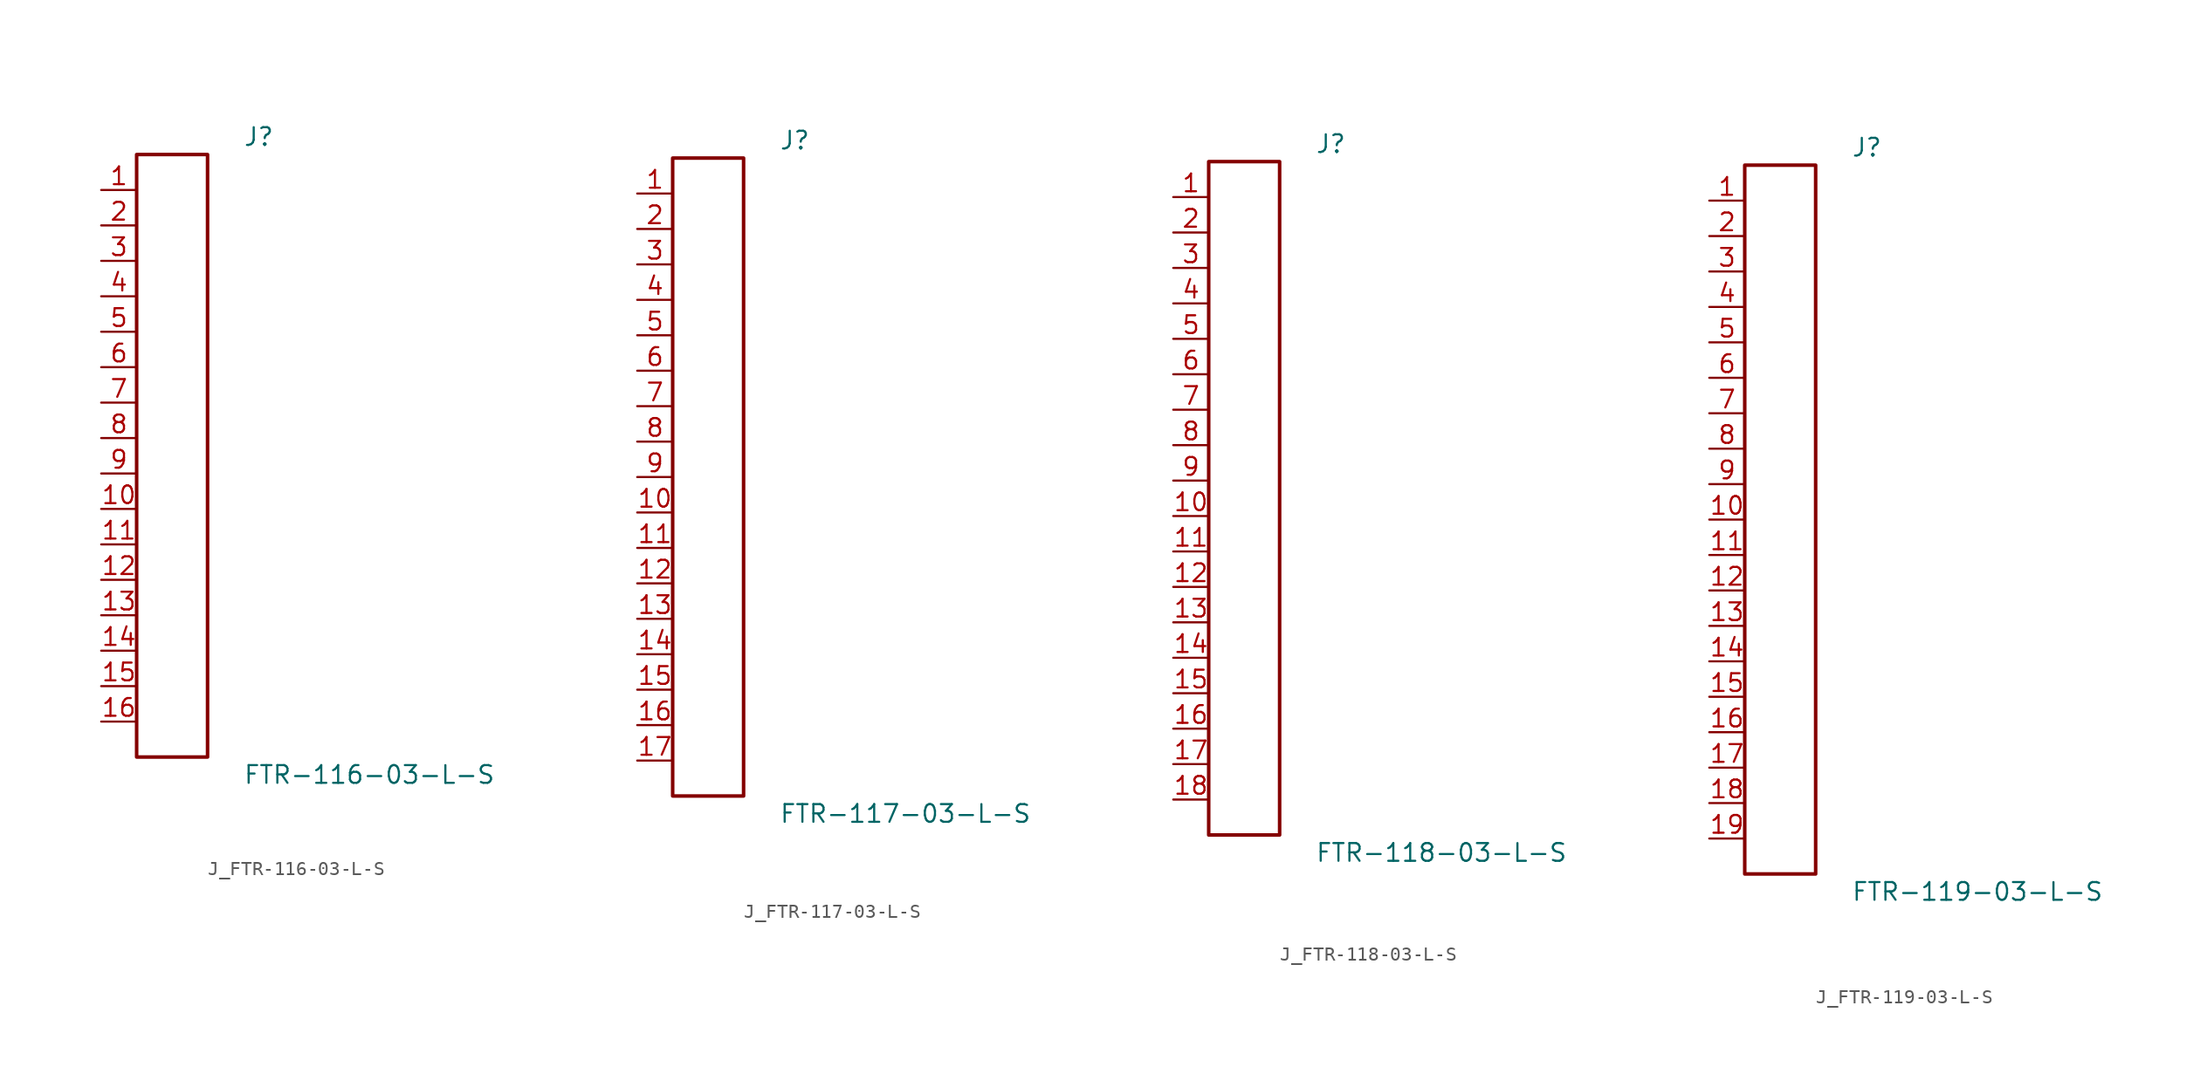
<source format=kicad_sym>
(kicad_symbol_lib
  (version 20231120)
  (generator kicad_symbol_editor)
  (generator_version 8.0)
  (symbol "J_FTR-116-03-L-S"
    (pin_names
      (offset 0.254))
    (property "Reference" "J"
      (at 5.08 22.86 0)
      (effects (font (size 1.27 1.27)) (justify left)))
    (property "Value" "FTR-116-03-L-S"
      (at 5.08 -22.86 0)
      (effects (font (size 1.27 1.27)) (justify left)))
    (symbol "J_FTR-116-03-L-S_0_0"
      (pin unspecified line (at -5.08 19.05 0) (length 2.54) (name "" (effects (font (size 1.27 1.27)))) (number "1" (effects (font (size 1.27 1.27)))))
      (pin unspecified line (at -5.08 16.51 0) (length 2.54) (name "" (effects (font (size 1.27 1.27)))) (number "2" (effects (font (size 1.27 1.27)))))
      (pin unspecified line (at -5.08 13.97 0) (length 2.54) (name "" (effects (font (size 1.27 1.27)))) (number "3" (effects (font (size 1.27 1.27)))))
      (pin unspecified line (at -5.08 11.43 0) (length 2.54) (name "" (effects (font (size 1.27 1.27)))) (number "4" (effects (font (size 1.27 1.27)))))
      (pin unspecified line (at -5.08 8.89 0) (length 2.54) (name "" (effects (font (size 1.27 1.27)))) (number "5" (effects (font (size 1.27 1.27)))))
      (pin unspecified line (at -5.08 6.35 0) (length 2.54) (name "" (effects (font (size 1.27 1.27)))) (number "6" (effects (font (size 1.27 1.27)))))
      (pin unspecified line (at -5.08 3.81 0) (length 2.54) (name "" (effects (font (size 1.27 1.27)))) (number "7" (effects (font (size 1.27 1.27)))))
      (pin unspecified line (at -5.08 1.27 0) (length 2.54) (name "" (effects (font (size 1.27 1.27)))) (number "8" (effects (font (size 1.27 1.27)))))
      (pin unspecified line (at -5.08 -1.27 0) (length 2.54) (name "" (effects (font (size 1.27 1.27)))) (number "9" (effects (font (size 1.27 1.27)))))
      (pin unspecified line (at -5.08 -3.81 0) (length 2.54) (name "" (effects (font (size 1.27 1.27)))) (number "10" (effects (font (size 1.27 1.27)))))
      (pin unspecified line (at -5.08 -6.35 0) (length 2.54) (name "" (effects (font (size 1.27 1.27)))) (number "11" (effects (font (size 1.27 1.27)))))
      (pin unspecified line (at -5.08 -8.89 0) (length 2.54) (name "" (effects (font (size 1.27 1.27)))) (number "12" (effects (font (size 1.27 1.27)))))
      (pin unspecified line (at -5.08 -11.43 0) (length 2.54) (name "" (effects (font (size 1.27 1.27)))) (number "13" (effects (font (size 1.27 1.27)))))
      (pin unspecified line (at -5.08 -13.97 0) (length 2.54) (name "" (effects (font (size 1.27 1.27)))) (number "14" (effects (font (size 1.27 1.27)))))
      (pin unspecified line (at -5.08 -16.51 0) (length 2.54) (name "" (effects (font (size 1.27 1.27)))) (number "15" (effects (font (size 1.27 1.27)))))
      (pin unspecified line (at -5.08 -19.05 0) (length 2.54) (name "" (effects (font (size 1.27 1.27)))) (number "16" (effects (font (size 1.27 1.27))))))
    (symbol "J_FTR-116-03-L-S_1_0"
      (rectangle (start -2.54 21.59) (end 2.54 -21.59) (stroke (width 0.254) (type solid)) (fill (type none)))))
  (symbol "J_FTR-117-03-L-S"
    (pin_names
      (offset 0.254))
    (property "Reference" "J"
      (at 5.08 24.13 0)
      (effects (font (size 1.27 1.27)) (justify left)))
    (property "Value" "FTR-117-03-L-S"
      (at 5.08 -24.13 0)
      (effects (font (size 1.27 1.27)) (justify left)))
    (symbol "J_FTR-117-03-L-S_0_0"
      (pin unspecified line (at -5.08 20.32 0) (length 2.54) (name "" (effects (font (size 1.27 1.27)))) (number "1" (effects (font (size 1.27 1.27)))))
      (pin unspecified line (at -5.08 17.78 0) (length 2.54) (name "" (effects (font (size 1.27 1.27)))) (number "2" (effects (font (size 1.27 1.27)))))
      (pin unspecified line (at -5.08 15.24 0) (length 2.54) (name "" (effects (font (size 1.27 1.27)))) (number "3" (effects (font (size 1.27 1.27)))))
      (pin unspecified line (at -5.08 12.7 0) (length 2.54) (name "" (effects (font (size 1.27 1.27)))) (number "4" (effects (font (size 1.27 1.27)))))
      (pin unspecified line (at -5.08 10.16 0) (length 2.54) (name "" (effects (font (size 1.27 1.27)))) (number "5" (effects (font (size 1.27 1.27)))))
      (pin unspecified line (at -5.08 7.62 0) (length 2.54) (name "" (effects (font (size 1.27 1.27)))) (number "6" (effects (font (size 1.27 1.27)))))
      (pin unspecified line (at -5.08 5.08 0) (length 2.54) (name "" (effects (font (size 1.27 1.27)))) (number "7" (effects (font (size 1.27 1.27)))))
      (pin unspecified line (at -5.08 2.54 0) (length 2.54) (name "" (effects (font (size 1.27 1.27)))) (number "8" (effects (font (size 1.27 1.27)))))
      (pin unspecified line (at -5.08 0.0 0) (length 2.54) (name "" (effects (font (size 1.27 1.27)))) (number "9" (effects (font (size 1.27 1.27)))))
      (pin unspecified line (at -5.08 -2.54 0) (length 2.54) (name "" (effects (font (size 1.27 1.27)))) (number "10" (effects (font (size 1.27 1.27)))))
      (pin unspecified line (at -5.08 -5.08 0) (length 2.54) (name "" (effects (font (size 1.27 1.27)))) (number "11" (effects (font (size 1.27 1.27)))))
      (pin unspecified line (at -5.08 -7.62 0) (length 2.54) (name "" (effects (font (size 1.27 1.27)))) (number "12" (effects (font (size 1.27 1.27)))))
      (pin unspecified line (at -5.08 -10.16 0) (length 2.54) (name "" (effects (font (size 1.27 1.27)))) (number "13" (effects (font (size 1.27 1.27)))))
      (pin unspecified line (at -5.08 -12.7 0) (length 2.54) (name "" (effects (font (size 1.27 1.27)))) (number "14" (effects (font (size 1.27 1.27)))))
      (pin unspecified line (at -5.08 -15.24 0) (length 2.54) (name "" (effects (font (size 1.27 1.27)))) (number "15" (effects (font (size 1.27 1.27)))))
      (pin unspecified line (at -5.08 -17.78 0) (length 2.54) (name "" (effects (font (size 1.27 1.27)))) (number "16" (effects (font (size 1.27 1.27)))))
      (pin unspecified line (at -5.08 -20.32 0) (length 2.54) (name "" (effects (font (size 1.27 1.27)))) (number "17" (effects (font (size 1.27 1.27))))))
    (symbol "J_FTR-117-03-L-S_1_0"
      (rectangle (start -2.54 22.86) (end 2.54 -22.86) (stroke (width 0.254) (type solid)) (fill (type none)))))
  (symbol "J_FTR-118-03-L-S"
    (pin_names
      (offset 0.254))
    (property "Reference" "J"
      (at 5.08 25.4 0)
      (effects (font (size 1.27 1.27)) (justify left)))
    (property "Value" "FTR-118-03-L-S"
      (at 5.08 -25.4 0)
      (effects (font (size 1.27 1.27)) (justify left)))
    (symbol "J_FTR-118-03-L-S_0_0"
      (pin unspecified line (at -5.08 21.59 0) (length 2.54) (name "" (effects (font (size 1.27 1.27)))) (number "1" (effects (font (size 1.27 1.27)))))
      (pin unspecified line (at -5.08 19.05 0) (length 2.54) (name "" (effects (font (size 1.27 1.27)))) (number "2" (effects (font (size 1.27 1.27)))))
      (pin unspecified line (at -5.08 16.51 0) (length 2.54) (name "" (effects (font (size 1.27 1.27)))) (number "3" (effects (font (size 1.27 1.27)))))
      (pin unspecified line (at -5.08 13.97 0) (length 2.54) (name "" (effects (font (size 1.27 1.27)))) (number "4" (effects (font (size 1.27 1.27)))))
      (pin unspecified line (at -5.08 11.43 0) (length 2.54) (name "" (effects (font (size 1.27 1.27)))) (number "5" (effects (font (size 1.27 1.27)))))
      (pin unspecified line (at -5.08 8.89 0) (length 2.54) (name "" (effects (font (size 1.27 1.27)))) (number "6" (effects (font (size 1.27 1.27)))))
      (pin unspecified line (at -5.08 6.35 0) (length 2.54) (name "" (effects (font (size 1.27 1.27)))) (number "7" (effects (font (size 1.27 1.27)))))
      (pin unspecified line (at -5.08 3.81 0) (length 2.54) (name "" (effects (font (size 1.27 1.27)))) (number "8" (effects (font (size 1.27 1.27)))))
      (pin unspecified line (at -5.08 1.27 0) (length 2.54) (name "" (effects (font (size 1.27 1.27)))) (number "9" (effects (font (size 1.27 1.27)))))
      (pin unspecified line (at -5.08 -1.27 0) (length 2.54) (name "" (effects (font (size 1.27 1.27)))) (number "10" (effects (font (size 1.27 1.27)))))
      (pin unspecified line (at -5.08 -3.81 0) (length 2.54) (name "" (effects (font (size 1.27 1.27)))) (number "11" (effects (font (size 1.27 1.27)))))
      (pin unspecified line (at -5.08 -6.35 0) (length 2.54) (name "" (effects (font (size 1.27 1.27)))) (number "12" (effects (font (size 1.27 1.27)))))
      (pin unspecified line (at -5.08 -8.89 0) (length 2.54) (name "" (effects (font (size 1.27 1.27)))) (number "13" (effects (font (size 1.27 1.27)))))
      (pin unspecified line (at -5.08 -11.43 0) (length 2.54) (name "" (effects (font (size 1.27 1.27)))) (number "14" (effects (font (size 1.27 1.27)))))
      (pin unspecified line (at -5.08 -13.97 0) (length 2.54) (name "" (effects (font (size 1.27 1.27)))) (number "15" (effects (font (size 1.27 1.27)))))
      (pin unspecified line (at -5.08 -16.51 0) (length 2.54) (name "" (effects (font (size 1.27 1.27)))) (number "16" (effects (font (size 1.27 1.27)))))
      (pin unspecified line (at -5.08 -19.05 0) (length 2.54) (name "" (effects (font (size 1.27 1.27)))) (number "17" (effects (font (size 1.27 1.27)))))
      (pin unspecified line (at -5.08 -21.59 0) (length 2.54) (name "" (effects (font (size 1.27 1.27)))) (number "18" (effects (font (size 1.27 1.27))))))
    (symbol "J_FTR-118-03-L-S_1_0"
      (rectangle (start -2.54 24.13) (end 2.54 -24.13) (stroke (width 0.254) (type solid)) (fill (type none)))))
  (symbol "J_FTR-119-03-L-S"
    (pin_names
      (offset 0.254))
    (property "Reference" "J"
      (at 5.08 26.67 0)
      (effects (font (size 1.27 1.27)) (justify left)))
    (property "Value" "FTR-119-03-L-S"
      (at 5.08 -26.67 0)
      (effects (font (size 1.27 1.27)) (justify left)))
    (symbol "J_FTR-119-03-L-S_0_0"
      (pin unspecified line (at -5.08 22.86 0) (length 2.54) (name "" (effects (font (size 1.27 1.27)))) (number "1" (effects (font (size 1.27 1.27)))))
      (pin unspecified line (at -5.08 20.32 0) (length 2.54) (name "" (effects (font (size 1.27 1.27)))) (number "2" (effects (font (size 1.27 1.27)))))
      (pin unspecified line (at -5.08 17.78 0) (length 2.54) (name "" (effects (font (size 1.27 1.27)))) (number "3" (effects (font (size 1.27 1.27)))))
      (pin unspecified line (at -5.08 15.24 0) (length 2.54) (name "" (effects (font (size 1.27 1.27)))) (number "4" (effects (font (size 1.27 1.27)))))
      (pin unspecified line (at -5.08 12.7 0) (length 2.54) (name "" (effects (font (size 1.27 1.27)))) (number "5" (effects (font (size 1.27 1.27)))))
      (pin unspecified line (at -5.08 10.16 0) (length 2.54) (name "" (effects (font (size 1.27 1.27)))) (number "6" (effects (font (size 1.27 1.27)))))
      (pin unspecified line (at -5.08 7.62 0) (length 2.54) (name "" (effects (font (size 1.27 1.27)))) (number "7" (effects (font (size 1.27 1.27)))))
      (pin unspecified line (at -5.08 5.08 0) (length 2.54) (name "" (effects (font (size 1.27 1.27)))) (number "8" (effects (font (size 1.27 1.27)))))
      (pin unspecified line (at -5.08 2.54 0) (length 2.54) (name "" (effects (font (size 1.27 1.27)))) (number "9" (effects (font (size 1.27 1.27)))))
      (pin unspecified line (at -5.08 0.0 0) (length 2.54) (name "" (effects (font (size 1.27 1.27)))) (number "10" (effects (font (size 1.27 1.27)))))
      (pin unspecified line (at -5.08 -2.54 0) (length 2.54) (name "" (effects (font (size 1.27 1.27)))) (number "11" (effects (font (size 1.27 1.27)))))
      (pin unspecified line (at -5.08 -5.08 0) (length 2.54) (name "" (effects (font (size 1.27 1.27)))) (number "12" (effects (font (size 1.27 1.27)))))
      (pin unspecified line (at -5.08 -7.62 0) (length 2.54) (name "" (effects (font (size 1.27 1.27)))) (number "13" (effects (font (size 1.27 1.27)))))
      (pin unspecified line (at -5.08 -10.16 0) (length 2.54) (name "" (effects (font (size 1.27 1.27)))) (number "14" (effects (font (size 1.27 1.27)))))
      (pin unspecified line (at -5.08 -12.7 0) (length 2.54) (name "" (effects (font (size 1.27 1.27)))) (number "15" (effects (font (size 1.27 1.27)))))
      (pin unspecified line (at -5.08 -15.24 0) (length 2.54) (name "" (effects (font (size 1.27 1.27)))) (number "16" (effects (font (size 1.27 1.27)))))
      (pin unspecified line (at -5.08 -17.78 0) (length 2.54) (name "" (effects (font (size 1.27 1.27)))) (number "17" (effects (font (size 1.27 1.27)))))
      (pin unspecified line (at -5.08 -20.32 0) (length 2.54) (name "" (effects (font (size 1.27 1.27)))) (number "18" (effects (font (size 1.27 1.27)))))
      (pin unspecified line (at -5.08 -22.86 0) (length 2.54) (name "" (effects (font (size 1.27 1.27)))) (number "19" (effects (font (size 1.27 1.27))))))
    (symbol "J_FTR-119-03-L-S_1_0"
      (rectangle (start -2.54 25.4) (end 2.54 -25.4) (stroke (width 0.254) (type solid)) (fill (type none))))))
</source>
